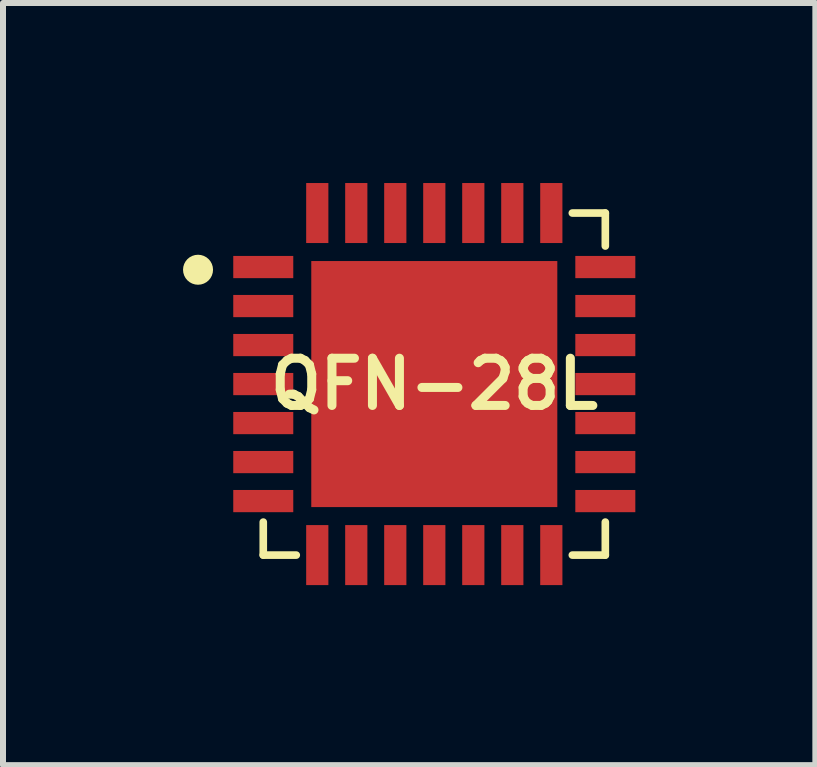
<source format=kicad_pcb>
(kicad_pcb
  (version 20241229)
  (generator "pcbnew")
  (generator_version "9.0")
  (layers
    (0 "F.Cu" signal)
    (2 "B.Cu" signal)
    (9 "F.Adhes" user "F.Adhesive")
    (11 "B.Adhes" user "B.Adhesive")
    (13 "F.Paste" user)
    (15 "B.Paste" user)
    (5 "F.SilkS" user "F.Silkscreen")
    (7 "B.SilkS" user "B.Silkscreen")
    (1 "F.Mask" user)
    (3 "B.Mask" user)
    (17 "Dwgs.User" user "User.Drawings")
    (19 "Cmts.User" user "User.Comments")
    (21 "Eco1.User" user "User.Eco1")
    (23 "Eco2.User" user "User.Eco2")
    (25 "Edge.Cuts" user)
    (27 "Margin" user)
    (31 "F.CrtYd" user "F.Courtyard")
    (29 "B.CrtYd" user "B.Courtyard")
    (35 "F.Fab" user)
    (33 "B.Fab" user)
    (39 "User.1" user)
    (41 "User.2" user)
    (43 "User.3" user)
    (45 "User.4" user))
  (footprint "QFN-28L"
    (layer "F.Cu")
    (at 4.187 3.35)
    (property "Reference" "QFN-28L" (at 0 0 0) (layer "F.SilkS") (effects (font (size 0.787 0.787) (thickness 0.15))))
    (attr smd)
    (fp_line (start -2.85 2.3) (end -2.85 2.85) (stroke (width 0.127) (type solid)) (layer "F.SilkS"))
    (fp_line (start -2.85 2.85) (end -2.3 2.85) (stroke (width 0.127) (type solid)) (layer "F.SilkS"))
    (fp_line (start 2.3 -2.85) (end 2.85 -2.85) (stroke (width 0.127) (type solid)) (layer "F.SilkS"))
    (fp_line (start 2.85 -2.85) (end 2.85 -2.3) (stroke (width 0.127) (type solid)) (layer "F.SilkS"))
    (fp_line (start 2.85 2.3) (end 2.85 2.85) (stroke (width 0.127) (type solid)) (layer "F.SilkS"))
    (fp_line (start 2.85 2.85) (end 2.3 2.85) (stroke (width 0.127) (type solid)) (layer "F.SilkS"))
    (fp_circle (center -3.937 -1.905) (end -3.812 -1.905) (stroke (width 0.25) (type solid)) (fill no) (layer "F.SilkS"))
    (pad "1" smd rect (at -2.85 -1.95) (size 1 0.37) (layers "F.Cu" "F.Mask" "F.Paste"))
    (pad "2" smd rect (at -2.85 -1.3) (size 1 0.37) (layers "F.Cu" "F.Mask" "F.Paste"))
    (pad "3" smd rect (at -2.85 -0.65) (size 1 0.37) (layers "F.Cu" "F.Mask" "F.Paste"))
    (pad "4" smd rect (at -2.85 0) (size 1 0.37) (layers "F.Cu" "F.Mask" "F.Paste"))
    (pad "5" smd rect (at -2.85 0.65) (size 1 0.37) (layers "F.Cu" "F.Mask" "F.Paste"))
    (pad "6" smd rect (at -2.85 1.3) (size 1 0.37) (layers "F.Cu" "F.Mask" "F.Paste"))
    (pad "7" smd rect (at -2.85 1.95) (size 1 0.37) (layers "F.Cu" "F.Mask" "F.Paste"))
    (pad "8" smd rect (at -1.95 2.85 90) (size 1 0.37) (layers "F.Cu" "F.Mask" "F.Paste"))
    (pad "9" smd rect (at -1.3 2.85 90) (size 1 0.37) (layers "F.Cu" "F.Mask" "F.Paste"))
    (pad "10" smd rect (at -0.65 2.85 90) (size 1 0.37) (layers "F.Cu" "F.Mask" "F.Paste"))
    (pad "11" smd rect (at 0 2.85 90) (size 1 0.37) (layers "F.Cu" "F.Mask" "F.Paste"))
    (pad "12" smd rect (at 0.65 2.85 90) (size 1 0.37) (layers "F.Cu" "F.Mask" "F.Paste"))
    (pad "13" smd rect (at 1.3 2.85 90) (size 1 0.37) (layers "F.Cu" "F.Mask" "F.Paste"))
    (pad "14" smd rect (at 1.95 2.85 90) (size 1 0.37) (layers "F.Cu" "F.Mask" "F.Paste"))
    (pad "15" smd rect (at 2.85 1.95 180) (size 1 0.37) (layers "F.Cu" "F.Mask" "F.Paste"))
    (pad "16" smd rect (at 2.85 1.3 180) (size 1 0.37) (layers "F.Cu" "F.Mask" "F.Paste"))
    (pad "17" smd rect (at 2.85 0.65 180) (size 1 0.37) (layers "F.Cu" "F.Mask" "F.Paste"))
    (pad "18" smd rect (at 2.85 0 180) (size 1 0.37) (layers "F.Cu" "F.Mask" "F.Paste"))
    (pad "19" smd rect (at 2.85 -0.65 180) (size 1 0.37) (layers "F.Cu" "F.Mask" "F.Paste"))
    (pad "20" smd rect (at 2.85 -1.3 180) (size 1 0.37) (layers "F.Cu" "F.Mask" "F.Paste"))
    (pad "21" smd rect (at 2.85 -1.95 180) (size 1 0.37) (layers "F.Cu" "F.Mask" "F.Paste"))
    (pad "22" smd rect (at 1.95 -2.85 270) (size 1 0.37) (layers "F.Cu" "F.Mask" "F.Paste"))
    (pad "23" smd rect (at 1.3 -2.85 270) (size 1 0.37) (layers "F.Cu" "F.Mask" "F.Paste"))
    (pad "24" smd rect (at 0.65 -2.85 270) (size 1 0.37) (layers "F.Cu" "F.Mask" "F.Paste"))
    (pad "25" smd rect (at 0 -2.85 270) (size 1 0.37) (layers "F.Cu" "F.Mask" "F.Paste"))
    (pad "26" smd rect (at -0.65 -2.85 270) (size 1 0.37) (layers "F.Cu" "F.Mask" "F.Paste"))
    (pad "27" smd rect (at -1.3 -2.85 270) (size 1 0.37) (layers "F.Cu" "F.Mask" "F.Paste"))
    (pad "28" smd rect (at -1.95 -2.85 270) (size 1 0.37) (layers "F.Cu" "F.Mask" "F.Paste"))
    (pad "29" smd rect (at 0 0) (size 4.1 4.1) (layers "F.Cu" "F.Mask" "F.Paste")))
  (gr_rect
    (start -3 -3)
    (end 10.537 9.7)
    (stroke (width 0.1) (type default))
    (fill no)
    (layer "Edge.Cuts")))
</source>
